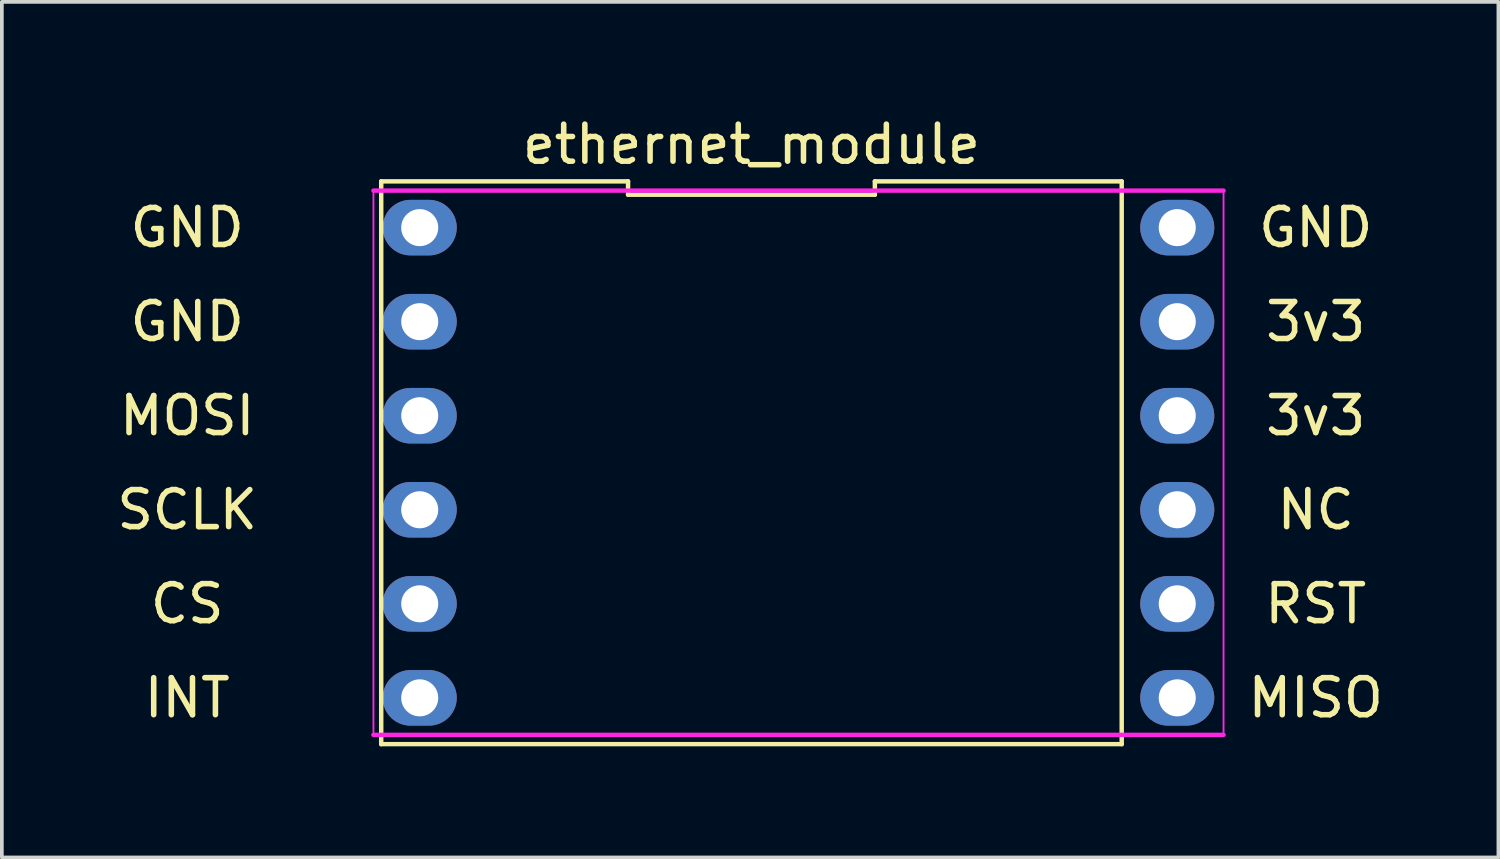
<source format=kicad_pcb>
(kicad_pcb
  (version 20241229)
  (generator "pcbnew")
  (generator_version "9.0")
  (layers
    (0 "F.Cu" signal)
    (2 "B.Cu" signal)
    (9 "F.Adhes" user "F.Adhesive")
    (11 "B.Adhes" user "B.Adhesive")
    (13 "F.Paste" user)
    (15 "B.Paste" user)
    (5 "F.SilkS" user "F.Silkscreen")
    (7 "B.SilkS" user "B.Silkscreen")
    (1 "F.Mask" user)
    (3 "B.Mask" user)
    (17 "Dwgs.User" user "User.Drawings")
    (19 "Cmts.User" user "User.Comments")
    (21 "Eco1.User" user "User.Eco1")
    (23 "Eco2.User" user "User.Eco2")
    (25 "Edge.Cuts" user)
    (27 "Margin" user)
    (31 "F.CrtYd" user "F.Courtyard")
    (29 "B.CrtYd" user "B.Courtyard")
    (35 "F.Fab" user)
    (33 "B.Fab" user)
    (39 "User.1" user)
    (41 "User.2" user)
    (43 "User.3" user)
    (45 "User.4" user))
  (footprint "ethernet_module"
    (layer "F.Cu")
    (at 17.246 9.448)
    (property "Reference" "ethernet_module" (at 0 -8.6 0) (layer "F.SilkS") (effects (font (size 1 1) (thickness 0.15))))
    (attr through_hole)
    (fp_line (start -10 -7.6) (end -10 7.6) (stroke (width 0.12) (type solid)) (layer "F.SilkS"))
    (fp_line (start -10 7.6) (end 10 7.6) (stroke (width 0.12) (type solid)) (layer "F.SilkS"))
    (fp_line (start -3.333 -7.6) (end -10 -7.6) (stroke (width 0.12) (type solid)) (layer "F.SilkS"))
    (fp_line (start -3.333 -7.24) (end -3.333 -7.6) (stroke (width 0.12) (type solid)) (layer "F.SilkS"))
    (fp_line (start 3.333 -7.6) (end 3.333 -7.24) (stroke (width 0.12) (type solid)) (layer "F.SilkS"))
    (fp_line (start 3.333 -7.24) (end -3.333 -7.24) (stroke (width 0.12) (type solid)) (layer "F.SilkS"))
    (fp_line (start 10 -7.6) (end 3.333 -7.6) (stroke (width 0.12) (type solid)) (layer "F.SilkS"))
    (fp_line (start 10 7.6) (end 10 -7.6) (stroke (width 0.12) (type solid)) (layer "F.SilkS"))
    (fp_line (start -10.21 -7.35) (end 12.75 -7.35) (stroke (width 0.12) (type solid)) (layer "F.CrtYd"))
    (fp_line (start -10.21 7.35) (end -10.21 -7.35) (stroke (width 0.05) (type solid)) (layer "F.CrtYd"))
    (fp_line (start -10.21 7.35) (end 12.75 7.35) (stroke (width 0.12) (type solid)) (layer "F.CrtYd"))
    (fp_line (start 12.75 -7.35) (end 12.75 7.35) (stroke (width 0.05) (type solid)) (layer "F.CrtYd"))
    (fp_text user "MISO" (at 15.24 6.35 0) (layer "F.SilkS") (effects (font (size 1 1) (thickness 0.15))))
    (fp_text user "GND" (at 15.24 -6.35 0) (layer "F.SilkS") (effects (font (size 1 1) (thickness 0.15))))
    (fp_text user "CS" (at -15.24 3.81 0) (layer "F.SilkS") (effects (font (size 1 1) (thickness 0.15))))
    (fp_text user "3v3" (at 15.24 -3.81 0) (layer "F.SilkS") (effects (font (size 1 1) (thickness 0.15))))
    (fp_text user "RST" (at 15.24 3.81 0) (layer "F.SilkS") (effects (font (size 1 1) (thickness 0.15))))
    (fp_text user "GND" (at -15.24 -3.81 0) (layer "F.SilkS") (effects (font (size 1 1) (thickness 0.15))))
    (fp_text user "INT" (at -15.24 6.35 0) (layer "F.SilkS") (effects (font (size 1 1) (thickness 0.15))))
    (fp_text user "NC" (at 15.24 1.27 0) (layer "F.SilkS") (effects (font (size 1 1) (thickness 0.15))))
    (fp_text user "3v3" (at 15.24 -1.27 0) (layer "F.SilkS") (effects (font (size 1 1) (thickness 0.15))))
    (fp_text user "GND" (at -15.24 -6.35 0) (layer "F.SilkS") (effects (font (size 1 1) (thickness 0.15))))
    (fp_text user "MOSI" (at -15.24 -1.27 0) (layer "F.SilkS") (effects (font (size 1 1) (thickness 0.15))))
    (fp_text user "SCLK" (at -15.24 1.27 0) (layer "F.SilkS") (effects (font (size 1 1) (thickness 0.15))))
    (pad "1" thru_hole oval (at -8.96 -6.35 270) (size 1.5 2) (drill 1) (layers "*.Cu" "*.Mask"))
    (pad "2" thru_hole oval (at -8.96 -3.81 270) (size 1.5 2) (drill 1) (layers "*.Cu" "*.Mask"))
    (pad "3" thru_hole oval (at -8.96 -1.27 270) (size 1.5 2) (drill 1) (layers "*.Cu" "*.Mask"))
    (pad "4" thru_hole oval (at -8.96 1.27 270) (size 1.5 2) (drill 1) (layers "*.Cu" "*.Mask"))
    (pad "5" thru_hole oval (at -8.96 3.81 270) (size 1.5 2) (drill 1) (layers "*.Cu" "*.Mask"))
    (pad "6" thru_hole oval (at -8.96 6.35 270) (size 1.5 2) (drill 1) (layers "*.Cu" "*.Mask"))
    (pad "7" thru_hole oval (at 11.5 6.35 270) (size 1.5 2) (drill 1) (layers "*.Cu" "*.Mask"))
    (pad "8" thru_hole oval (at 11.5 3.81 270) (size 1.5 2) (drill 1) (layers "*.Cu" "*.Mask"))
    (pad "9" thru_hole oval (at 11.5 1.27 270) (size 1.5 2) (drill 1) (layers "*.Cu" "*.Mask"))
    (pad "10" thru_hole oval (at 11.5 -1.27 270) (size 1.5 2) (drill 1) (layers "*.Cu" "*.Mask"))
    (pad "11" thru_hole oval (at 11.5 -3.81 270) (size 1.5 2) (drill 1) (layers "*.Cu" "*.Mask"))
    (pad "12" thru_hole oval (at 11.5 -6.35 270) (size 1.5 2) (drill 1) (layers "*.Cu" "*.Mask")))
  (gr_rect
    (start -3 -3)
    (end 37.42 20.108)
    (stroke (width 0.1) (type default))
    (fill no)
    (layer "Edge.Cuts")))
</source>
